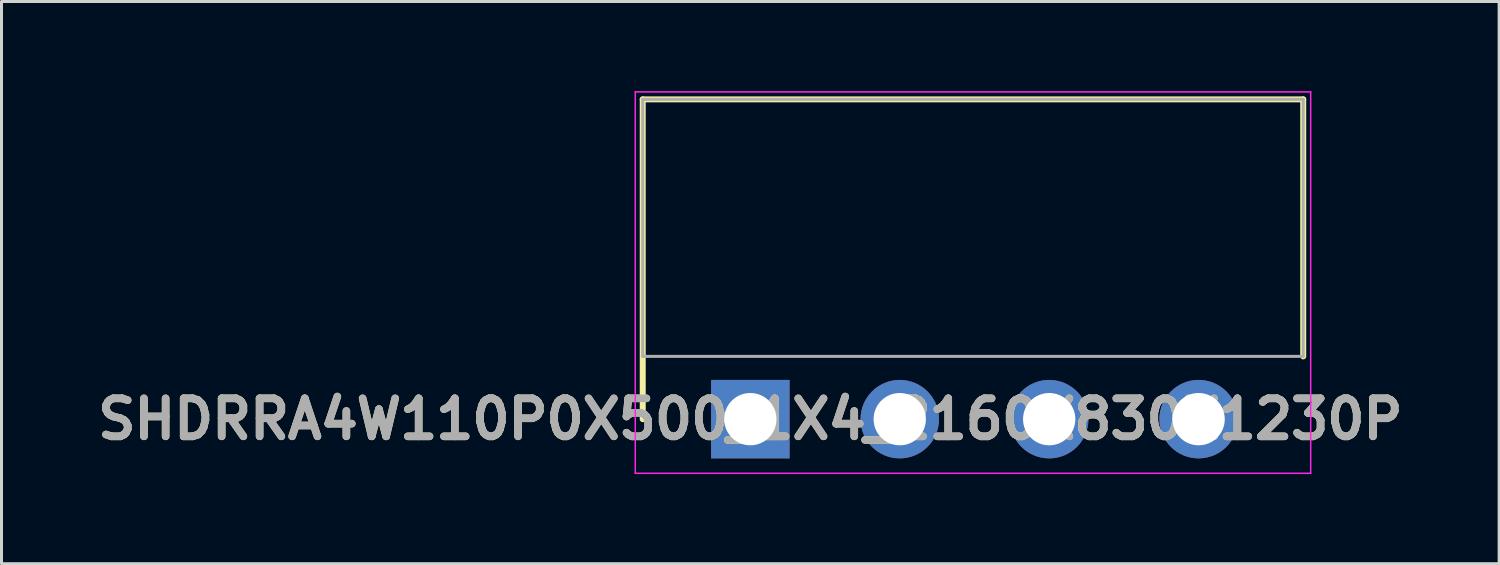
<source format=kicad_pcb>
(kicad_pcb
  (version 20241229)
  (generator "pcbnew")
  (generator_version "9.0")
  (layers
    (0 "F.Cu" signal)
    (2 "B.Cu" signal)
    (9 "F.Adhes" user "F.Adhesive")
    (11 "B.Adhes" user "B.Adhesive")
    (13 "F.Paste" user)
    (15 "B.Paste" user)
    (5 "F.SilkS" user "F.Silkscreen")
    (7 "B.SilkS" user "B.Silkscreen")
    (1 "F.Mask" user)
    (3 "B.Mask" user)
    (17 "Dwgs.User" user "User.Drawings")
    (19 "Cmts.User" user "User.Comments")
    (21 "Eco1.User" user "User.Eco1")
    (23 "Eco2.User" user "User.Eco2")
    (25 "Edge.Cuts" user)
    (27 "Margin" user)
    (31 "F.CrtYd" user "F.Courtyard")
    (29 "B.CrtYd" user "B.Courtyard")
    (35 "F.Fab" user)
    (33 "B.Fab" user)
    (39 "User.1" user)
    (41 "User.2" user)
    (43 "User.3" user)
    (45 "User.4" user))
  (footprint "SHDRRA4W110P0X500_1X4_2160X830X1230P"
    (layer "F.Cu")
    (at 22.056 10.975)
    (property "Reference" "SHDRRA4W110P0X500_1X4_2160X830X1230P" (at 0 0 0) (layer "F.SilkS") (effects (font (size 1.27 1.27) (thickness 0.254))))
    (attr through_hole)
    (fp_line (start -3.6 -10.7) (end 18.5 -10.7) (stroke (width 0.2) (type solid)) (layer "F.SilkS"))
    (fp_line (start -3.6 0) (end -3.6 -10.7) (stroke (width 0.2) (type solid)) (layer "F.SilkS"))
    (fp_line (start 18.5 -10.7) (end 18.5 -2.1) (stroke (width 0.2) (type solid)) (layer "F.SilkS"))
    (fp_line (start -3.85 -10.95) (end -3.85 1.812) (stroke (width 0.05) (type solid)) (layer "F.CrtYd"))
    (fp_line (start -3.85 1.812) (end 18.75 1.812) (stroke (width 0.05) (type solid)) (layer "F.CrtYd"))
    (fp_line (start 18.75 -10.95) (end -3.85 -10.95) (stroke (width 0.05) (type solid)) (layer "F.CrtYd"))
    (fp_line (start 18.75 1.812) (end 18.75 -10.95) (stroke (width 0.05) (type solid)) (layer "F.CrtYd"))
    (fp_line (start -3.6 -10.7) (end 18.5 -10.7) (stroke (width 0.1) (type solid)) (layer "F.Fab"))
    (fp_line (start -3.6 -2.1) (end -3.6 -10.7) (stroke (width 0.1) (type solid)) (layer "F.Fab"))
    (fp_line (start 18.5 -10.7) (end 18.5 -2.1) (stroke (width 0.1) (type solid)) (layer "F.Fab"))
    (fp_line (start 18.5 -2.1) (end -3.6 -2.1) (stroke (width 0.1) (type solid)) (layer "F.Fab"))
    (fp_text user "${REFERENCE}" (at 0 0 0) (layer "F.Fab") (effects (font (size 1.27 1.27) (thickness 0.254))))
    (pad "1" thru_hole rect (at 0 0) (size 2.625 2.625) (drill 1.75) (layers "*.Cu" "*.Mask"))
    (pad "2" thru_hole circle (at 5 0) (size 2.625 2.625) (drill 1.75) (layers "*.Cu" "*.Mask"))
    (pad "3" thru_hole circle (at 10 0) (size 2.625 2.625) (drill 1.75) (layers "*.Cu" "*.Mask"))
    (pad "4" thru_hole circle (at 15 0) (size 2.625 2.625) (drill 1.75) (layers "*.Cu" "*.Mask")))
  (gr_rect
    (start -3 -3)
    (end 47.111 15.812)
    (stroke (width 0.1) (type default))
    (fill no)
    (layer "Edge.Cuts")))
</source>
